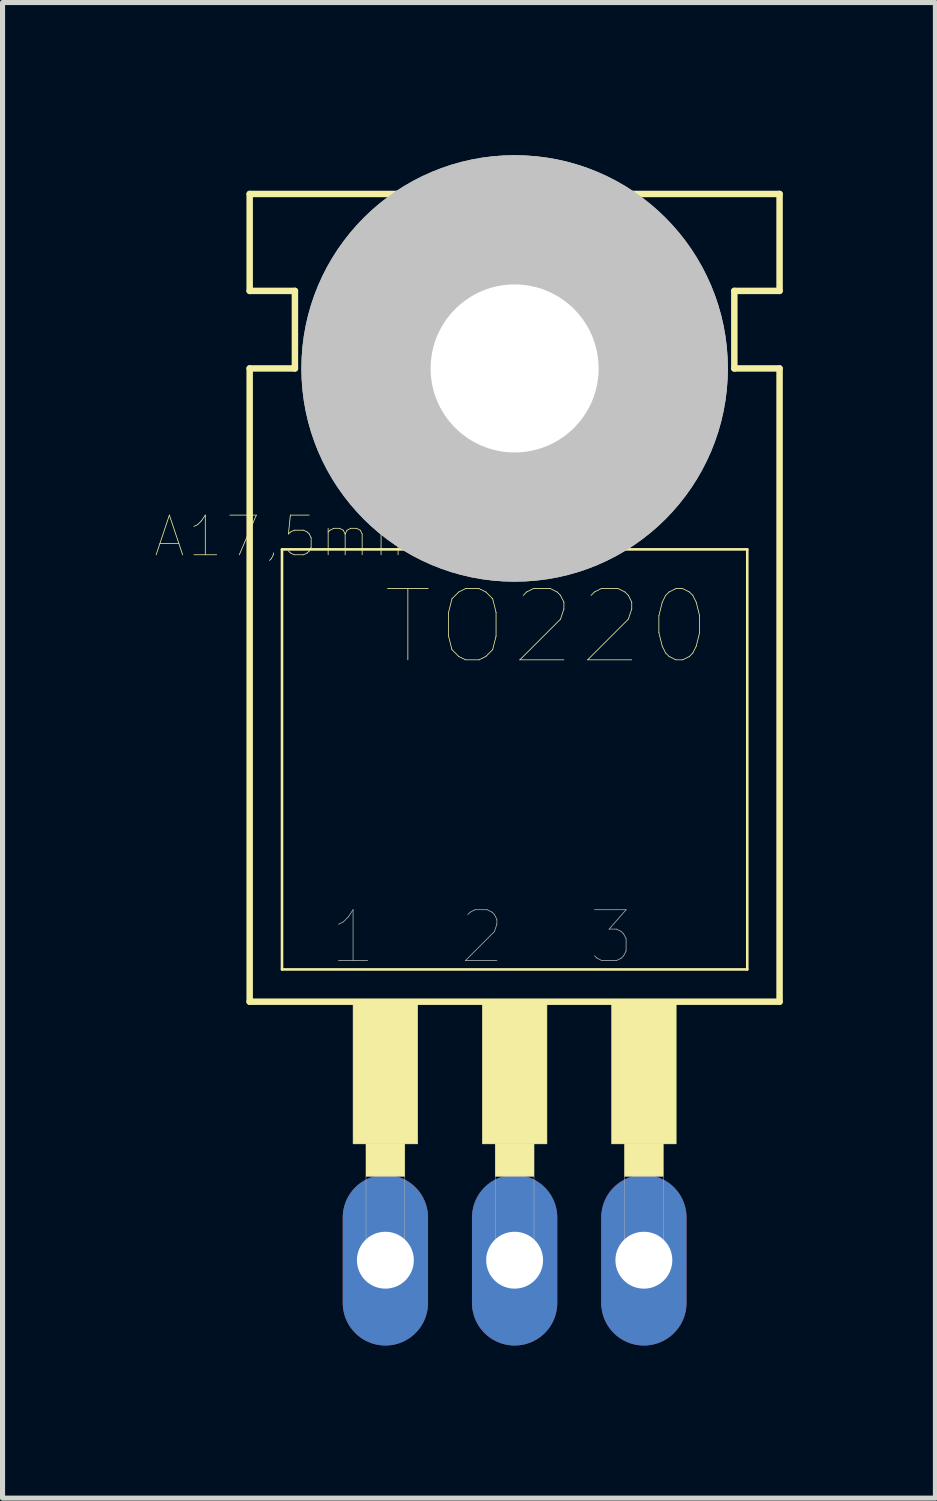
<source format=kicad_pcb>
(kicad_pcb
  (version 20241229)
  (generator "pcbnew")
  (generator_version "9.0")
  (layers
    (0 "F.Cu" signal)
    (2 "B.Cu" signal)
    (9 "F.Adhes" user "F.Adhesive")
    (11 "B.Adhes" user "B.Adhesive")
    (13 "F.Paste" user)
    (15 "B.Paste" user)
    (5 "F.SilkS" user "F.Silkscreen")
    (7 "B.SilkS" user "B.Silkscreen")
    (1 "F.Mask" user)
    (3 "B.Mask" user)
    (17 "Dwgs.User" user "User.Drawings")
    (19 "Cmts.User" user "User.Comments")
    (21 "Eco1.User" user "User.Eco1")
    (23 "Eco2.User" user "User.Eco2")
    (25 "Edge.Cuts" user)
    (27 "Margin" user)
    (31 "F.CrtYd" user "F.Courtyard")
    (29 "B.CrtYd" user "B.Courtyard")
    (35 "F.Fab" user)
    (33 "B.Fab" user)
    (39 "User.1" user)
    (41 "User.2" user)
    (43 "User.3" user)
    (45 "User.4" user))
  (footprint "TO220"
    (layer "F.Cu")
    (at 7.064 15.367)
    (property "Reference" "TO220" (at 0.635 -6.096 0) (layer "F.SilkS") (effects (font (size 1.4 1.4) (thickness 0.015))))
    (attr through_hole)
    (fp_line (start -5.207 -12.7) (end -5.207 -14.605) (stroke (width 0.127) (type solid)) (layer "F.SilkS"))
    (fp_line (start -5.207 -11.176) (end -4.318 -11.176) (stroke (width 0.127) (type solid)) (layer "F.SilkS"))
    (fp_line (start -5.207 1.27) (end -5.207 -11.176) (stroke (width 0.127) (type solid)) (layer "F.SilkS"))
    (fp_line (start -5.207 1.27) (end 5.207 1.27) (stroke (width 0.127) (type solid)) (layer "F.SilkS"))
    (fp_line (start -4.572 0.635) (end -4.572 -7.62) (stroke (width 0.051) (type solid)) (layer "F.SilkS"))
    (fp_line (start -4.572 0.635) (end 4.572 0.635) (stroke (width 0.051) (type solid)) (layer "F.SilkS"))
    (fp_line (start -4.318 -12.7) (end -5.207 -12.7) (stroke (width 0.127) (type solid)) (layer "F.SilkS"))
    (fp_line (start -4.318 -11.176) (end -4.318 -12.7) (stroke (width 0.127) (type solid)) (layer "F.SilkS"))
    (fp_line (start 4.318 -12.7) (end 5.207 -12.7) (stroke (width 0.127) (type solid)) (layer "F.SilkS"))
    (fp_line (start 4.318 -11.176) (end 4.318 -12.7) (stroke (width 0.127) (type solid)) (layer "F.SilkS"))
    (fp_line (start 4.572 -7.62) (end -4.572 -7.62) (stroke (width 0.051) (type solid)) (layer "F.SilkS"))
    (fp_line (start 4.572 -7.62) (end 4.572 0.635) (stroke (width 0.051) (type solid)) (layer "F.SilkS"))
    (fp_line (start 5.207 -14.605) (end -5.207 -14.605) (stroke (width 0.127) (type solid)) (layer "F.SilkS"))
    (fp_line (start 5.207 -12.7) (end 5.207 -14.605) (stroke (width 0.127) (type solid)) (layer "F.SilkS"))
    (fp_line (start 5.207 -11.176) (end 4.318 -11.176) (stroke (width 0.127) (type solid)) (layer "F.SilkS"))
    (fp_line (start 5.207 1.27) (end 5.207 -11.176) (stroke (width 0.127) (type solid)) (layer "F.SilkS"))
    (fp_circle (center 0 -11.176) (end 1.803 -11.176) (stroke (width 0.127) (type solid)) (fill no) (layer "F.SilkS"))
    (fp_poly (pts (xy -3.175 1.27) (xy -1.905 1.27) (xy -1.905 4.064) (xy -3.175 4.064)) (stroke (width 0.01) (type solid)) (fill yes) (layer "F.SilkS"))
    (fp_poly (pts (xy -2.921 4.064) (xy -2.159 4.064) (xy -2.159 4.699) (xy -2.921 4.699)) (stroke (width 0.01) (type solid)) (fill yes) (layer "F.SilkS"))
    (fp_poly (pts (xy -0.635 1.27) (xy 0.635 1.27) (xy 0.635 4.064) (xy -0.635 4.064)) (stroke (width 0.01) (type solid)) (fill yes) (layer "F.SilkS"))
    (fp_poly (pts (xy -0.381 4.064) (xy 0.381 4.064) (xy 0.381 4.699) (xy -0.381 4.699)) (stroke (width 0.01) (type solid)) (fill yes) (layer "F.SilkS"))
    (fp_poly (pts (xy 1.905 1.27) (xy 3.175 1.27) (xy 3.175 4.064) (xy 1.905 4.064)) (stroke (width 0.01) (type solid)) (fill yes) (layer "F.SilkS"))
    (fp_poly (pts (xy 2.159 4.064) (xy 2.921 4.064) (xy 2.921 4.699) (xy 2.159 4.699)) (stroke (width 0.01) (type solid)) (fill yes) (layer "F.SilkS"))
    (fp_circle (center 0 -11.176) (end 4.191 -11.176) (stroke (width 0) (type solid)) (fill yes) (layer "Dwgs.User"))
    (fp_circle (center 0 -11.176) (end 4.191 -11.176) (stroke (width 0) (type solid)) (fill yes) (layer "Dwgs.User"))
    (fp_poly (pts (xy -2.921 4.699) (xy -2.159 4.699) (xy -2.159 6.604) (xy -2.921 6.604)) (stroke (width 0.01) (type solid)) (fill no) (layer "F.Fab"))
    (fp_poly (pts (xy -0.381 4.699) (xy 0.381 4.699) (xy 0.381 6.604) (xy -0.381 6.604)) (stroke (width 0.01) (type solid)) (fill no) (layer "F.Fab"))
    (fp_poly (pts (xy 2.159 4.699) (xy 2.921 4.699) (xy 2.921 6.604) (xy 2.159 6.604)) (stroke (width 0.01) (type solid)) (fill no) (layer "F.Fab"))
    (fp_text user "A17,5mm" (at -4.445 -7.874 0) (layer "F.SilkS") (effects (font (size 0.78 0.78) (thickness 0.015))))
    (fp_text user "1" (at -3.175 0 0) (layer "F.Fab") (effects (font (size 1 1) (thickness 0.015))))
    (fp_text user "2" (at -0.635 0 0) (layer "F.Fab") (effects (font (size 1 1) (thickness 0.015))))
    (fp_text user "3" (at 1.905 0 0) (layer "F.Fab") (effects (font (size 1 1) (thickness 0.015))))
    (pad "" np_thru_hole circle (at 0 -11.176) (size 3.302 3.302) (drill 3.302) (layers "*.Cu" "*.Mask"))
    (pad "1" thru_hole oval (at -2.54 6.35) (size 1.676 3.353) (drill 1.118) (layers "*.Cu" "*.Mask"))
    (pad "2" thru_hole oval (at 0 6.35) (size 1.676 3.353) (drill 1.118) (layers "*.Cu" "*.Mask"))
    (pad "3" thru_hole oval (at 2.54 6.35) (size 1.676 3.353) (drill 1.118) (layers "*.Cu" "*.Mask")))
  (gr_rect
    (start -3 -3)
    (end 15.334 26.393)
    (stroke (width 0.1) (type default))
    (fill no)
    (layer "Edge.Cuts")))
</source>
